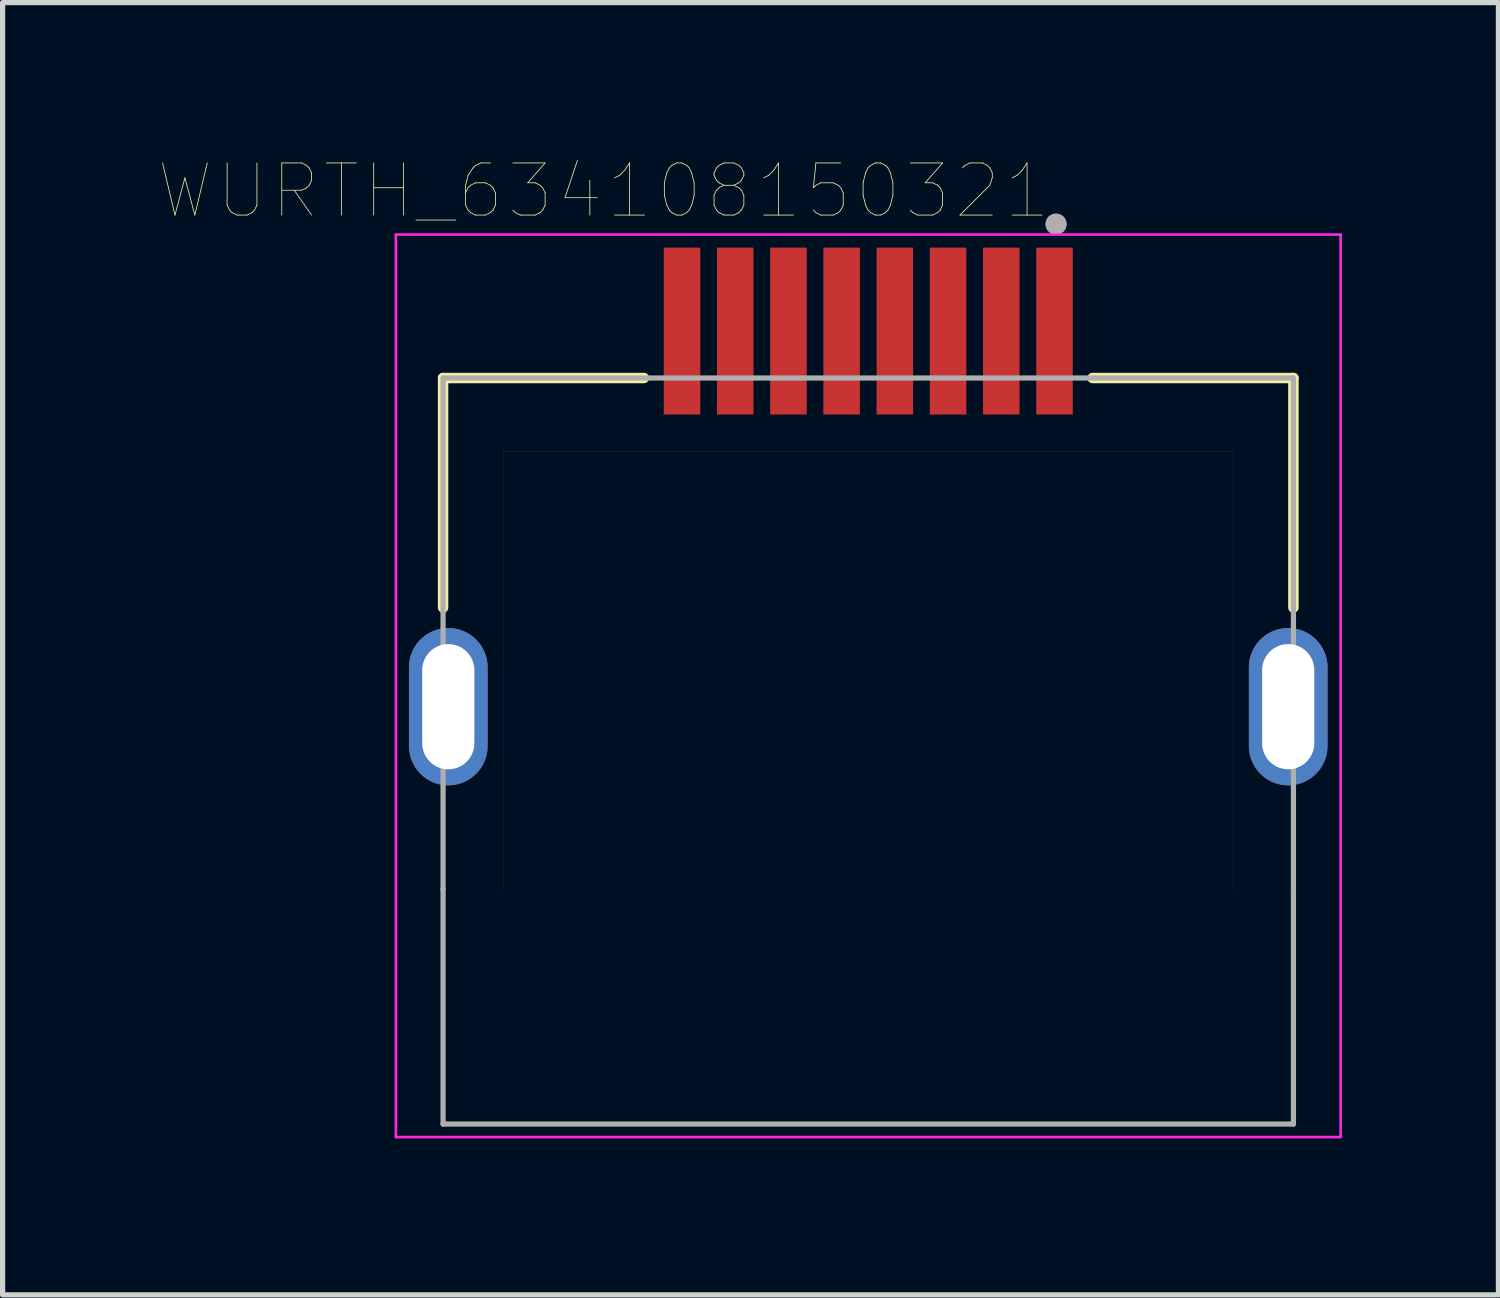
<source format=kicad_pcb>
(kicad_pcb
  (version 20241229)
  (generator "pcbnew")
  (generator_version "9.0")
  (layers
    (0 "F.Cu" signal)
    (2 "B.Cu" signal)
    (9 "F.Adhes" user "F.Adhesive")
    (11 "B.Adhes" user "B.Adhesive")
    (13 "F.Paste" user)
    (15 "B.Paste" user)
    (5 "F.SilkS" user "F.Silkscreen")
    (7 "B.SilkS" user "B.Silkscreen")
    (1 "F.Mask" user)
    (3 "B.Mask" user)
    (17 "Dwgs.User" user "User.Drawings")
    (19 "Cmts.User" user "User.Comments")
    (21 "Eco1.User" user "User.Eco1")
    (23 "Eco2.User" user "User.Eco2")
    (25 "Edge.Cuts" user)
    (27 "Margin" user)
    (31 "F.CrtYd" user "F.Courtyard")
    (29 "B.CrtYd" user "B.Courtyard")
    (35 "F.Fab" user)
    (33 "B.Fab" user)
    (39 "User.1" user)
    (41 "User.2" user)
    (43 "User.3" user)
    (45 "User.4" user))
  (footprint "WURTH_634108150321"
    (layer "F.Cu")
    (at 13.593 10.496)
    (property "Reference" "WURTH_634108150321" (at -5.075 -9.885 0) (layer "F.SilkS") (effects (font (size 1 1) (thickness 0.015))))
    (attr through_hole)
    (fp_line (start -8.15 -6.3) (end -8.15 -1.9) (stroke (width 0.2) (type solid)) (layer "F.SilkS"))
    (fp_line (start -4.3 -6.3) (end -8.15 -6.3) (stroke (width 0.2) (type solid)) (layer "F.SilkS"))
    (fp_line (start 4.3 -6.3) (end 8.15 -6.3) (stroke (width 0.2) (type solid)) (layer "F.SilkS"))
    (fp_line (start 8.15 -6.3) (end 8.15 -1.9) (stroke (width 0.2) (type solid)) (layer "F.SilkS"))
    (fp_circle (center 3.6 -9.25) (end 3.7 -9.25) (stroke (width 0.2) (type solid)) (fill no) (layer "F.SilkS"))
    (fp_line (start -7 -4.9) (end -7 3.5) (stroke (width 0.001) (type solid)) (layer "Edge.Cuts"))
    (fp_line (start -7 -4.9) (end 7 -4.9) (stroke (width 0.001) (type solid)) (layer "Edge.Cuts"))
    (fp_line (start -7 3.5) (end 7 3.5) (stroke (width 0.001) (type solid)) (layer "Edge.Cuts"))
    (fp_line (start 7 -4.9) (end 7 3.5) (stroke (width 0.001) (type solid)) (layer "Edge.Cuts"))
    (fp_line (start -9.055 -9.05) (end 9.055 -9.05) (stroke (width 0.05) (type solid)) (layer "F.CrtYd"))
    (fp_line (start -9.055 8.25) (end -9.055 -9.05) (stroke (width 0.05) (type solid)) (layer "F.CrtYd"))
    (fp_line (start 9.055 -9.05) (end 9.055 8.25) (stroke (width 0.05) (type solid)) (layer "F.CrtYd"))
    (fp_line (start 9.055 8.25) (end -9.055 8.25) (stroke (width 0.05) (type solid)) (layer "F.CrtYd"))
    (fp_line (start -8.15 -6.3) (end 8.15 -6.3) (stroke (width 0.1) (type solid)) (layer "F.Fab"))
    (fp_line (start -8.15 3.5) (end -8.15 -6.3) (stroke (width 0.1) (type solid)) (layer "F.Fab"))
    (fp_line (start -8.15 8) (end -8.15 3.5) (stroke (width 0.1) (type solid)) (layer "F.Fab"))
    (fp_line (start 8.15 3.5) (end 8.15 -6.3) (stroke (width 0.1) (type solid)) (layer "F.Fab"))
    (fp_line (start 8.15 8) (end -8.15 8) (stroke (width 0.1) (type solid)) (layer "F.Fab"))
    (fp_line (start 8.15 8) (end 8.15 3.5) (stroke (width 0.1) (type solid)) (layer "F.Fab"))
    (fp_circle (center 3.6 -9.25) (end 3.7 -9.25) (stroke (width 0.2) (type solid)) (fill no) (layer "F.Fab"))
    (pad "1" smd rect (at 3.57 -7.2) (size 0.7 3.2) (layers "F.Cu" "F.Mask" "F.Paste"))
    (pad "2" smd rect (at 2.55 -7.2) (size 0.7 3.2) (layers "F.Cu" "F.Mask" "F.Paste"))
    (pad "3" smd rect (at 1.53 -7.2) (size 0.7 3.2) (layers "F.Cu" "F.Mask" "F.Paste"))
    (pad "4" smd rect (at 0.51 -7.2) (size 0.7 3.2) (layers "F.Cu" "F.Mask" "F.Paste"))
    (pad "5" smd rect (at -0.51 -7.2) (size 0.7 3.2) (layers "F.Cu" "F.Mask" "F.Paste"))
    (pad "6" smd rect (at -1.53 -7.2) (size 0.7 3.2) (layers "F.Cu" "F.Mask" "F.Paste"))
    (pad "7" smd rect (at -2.55 -7.2) (size 0.7 3.2) (layers "F.Cu" "F.Mask" "F.Paste"))
    (pad "8" smd rect (at -3.57 -7.2) (size 0.7 3.2) (layers "F.Cu" "F.Mask" "F.Paste"))
    (pad "SHIELD1" thru_hole oval (at -8.05 0) (size 1.508 3.016) (drill oval 1 2.4) (layers "*.Cu" "*.Mask"))
    (pad "SHIELD2" thru_hole oval (at 8.05 0) (size 1.508 3.016) (drill oval 1 2.4) (layers "*.Cu" "*.Mask")))
  (gr_rect
    (start -3 -3)
    (end 25.673 21.771)
    (stroke (width 0.1) (type default))
    (fill no)
    (layer "Edge.Cuts")))
</source>
